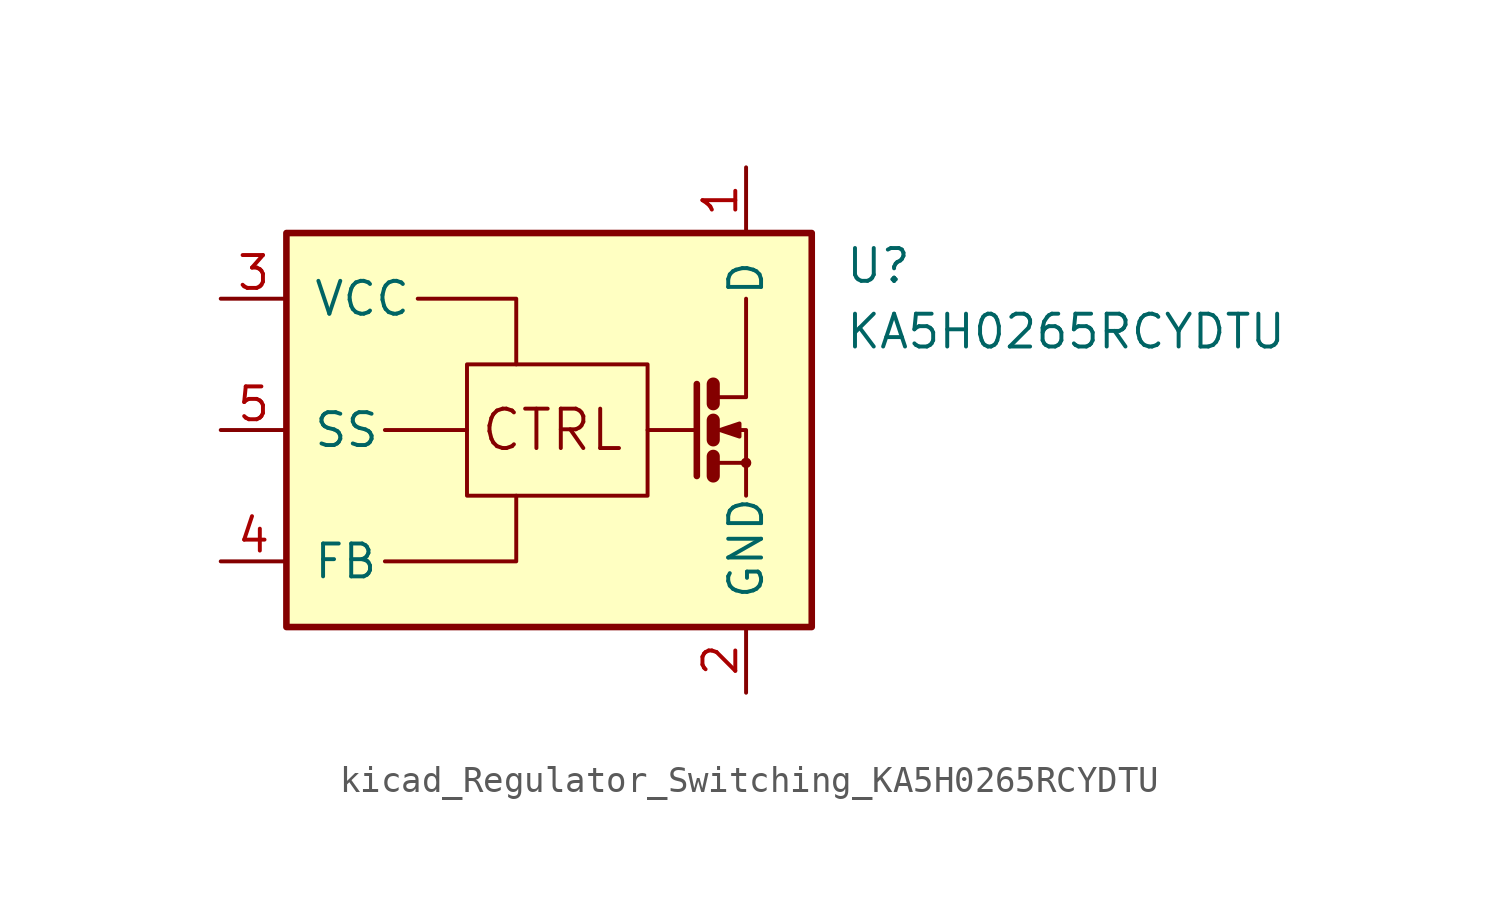
<source format=kicad_sym>
(kicad_symbol_lib
  (version 20220914)
  (generator kicad_symbol_editor)
  (symbol "kicad_Regulator_Switching_KA5H0265RCYDTU"
    (pin_names
      (offset 1.016))
    (property "Reference" "U"
      (at 11.43 6.35 0)
      (effects (font (size 1.27 1.27)) (justify left)))
    (property "Value" "KA5H0265RCYDTU"
      (at 11.43 3.81 0)
      (effects (font (size 1.27 1.27)) (justify left)))
    (symbol "kicad_Regulator_Switching_KA5H0265RCYDTU_0_0"
      (rectangle (start -10.16 7.62) (end 10.16 -7.62) (stroke (width 0.254) (type default)) (fill (type background)))
      (rectangle (start -3.175 2.54) (end 3.81 -2.54) (stroke (width 0) (type default)) (fill (type none)))
      (polyline (pts (xy -3.175 0) (xy -6.35 0)) (stroke (width 0) (type default)) (fill (type none)))
      (polyline (pts (xy 3.81 0) (xy 5.715 0)) (stroke (width 0) (type default)) (fill (type none)))
      (polyline (pts (xy 5.715 1.778) (xy 5.715 -1.778)) (stroke (width 0.254) (type default)) (fill (type none)))
      (polyline (pts (xy 6.35 -1.27) (xy 7.62 -1.27)) (stroke (width 0) (type default)) (fill (type none)))
      (polyline (pts (xy 6.35 -1.016) (xy 6.35 -1.778)) (stroke (width 0.508) (type default)) (fill (type none)))
      (polyline (pts (xy 6.35 0.381) (xy 6.35 -0.381)) (stroke (width 0.508) (type default)) (fill (type none)))
      (polyline (pts (xy 6.35 1.778) (xy 6.35 1.016)) (stroke (width 0.508) (type default)) (fill (type none)))
      (polyline (pts (xy -6.35 -5.08) (xy -1.27 -5.08) (xy -1.27 -2.54)) (stroke (width 0) (type default)) (fill (type none)))
      (polyline (pts (xy -1.27 2.54) (xy -1.27 5.08) (xy -5.08 5.08)) (stroke (width 0) (type default)) (fill (type none)))
      (polyline (pts (xy 6.35 1.27) (xy 7.62 1.27) (xy 7.62 5.08)) (stroke (width 0) (type default)) (fill (type none)))
      (polyline (pts (xy 6.604 0) (xy 7.366 0.254) (xy 7.366 -0.254) (xy 6.604 0)) (stroke (width 0) (type default)) (fill (type outline)))
      (polyline (pts (xy 7.62 -1.905) (xy 7.62 -2.54) (xy 7.62 0) (xy 6.35 0)) (stroke (width 0) (type default)) (fill (type none)))
      (circle (center 7.62 -1.27) (radius 0.127) (stroke (width 0) (type default)) (fill (type none)))
      (text "CTRL" (at 0.127 0 0) (effects (font (size 1.524 1.524)))))
    (symbol "kicad_Regulator_Switching_KA5H0265RCYDTU_1_1"
      (pin passive line (at 7.62 10.16 270) (length 2.54) (name "D" (effects (font (size 1.27 1.27)))) (number "1" (effects (font (size 1.27 1.27)))))
      (pin power_in line (at 7.62 -10.16 90) (length 2.54) (name "GND" (effects (font (size 1.27 1.27)))) (number "2" (effects (font (size 1.27 1.27)))))
      (pin power_in line (at -12.7 5.08 0) (length 2.54) (name "VCC" (effects (font (size 1.27 1.27)))) (number "3" (effects (font (size 1.27 1.27)))))
      (pin passive line (at -12.7 -5.08 0) (length 2.54) (name "FB" (effects (font (size 1.27 1.27)))) (number "4" (effects (font (size 1.27 1.27)))))
      (pin passive line (at -12.7 0 0) (length 2.54) (name "SS" (effects (font (size 1.27 1.27)))) (number "5" (effects (font (size 1.27 1.27))))))))
</source>
